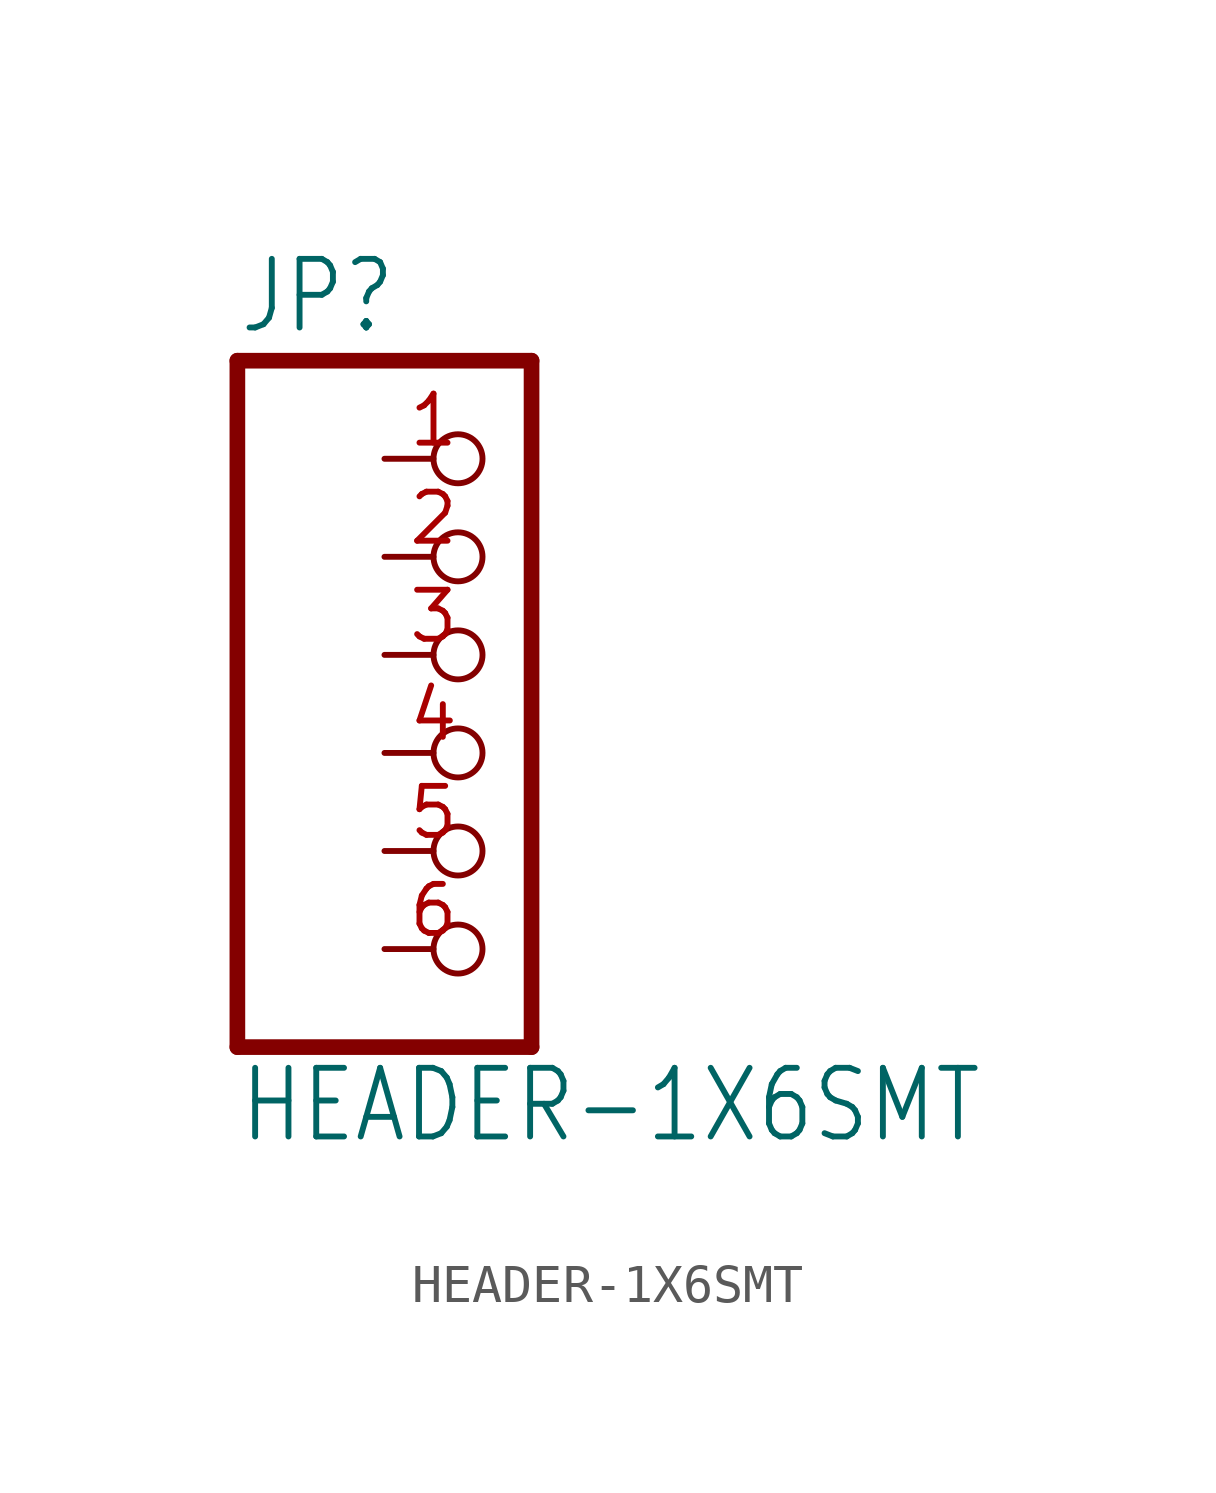
<source format=kicad_sym>
(kicad_symbol_lib
  (version 20211014)
  (generator kicad_symbol_editor)
  (symbol "HEADER-1X6SMT"
    (property "Reference" "JP"
      (at -6.35 10.795 0)
      (effects (font (size 1.778 1.511)) (justify left bottom)))
    (property "Value" "HEADER-1X6SMT"
      (at -6.35 -10.16 0)
      (effects (font (size 1.778 1.511)) (justify left bottom)))
    (property "ki_locked" ""
      (at 0 0 0)
      (effects (font (size 1.27 1.27))))
    (symbol "HEADER-1X6SMT_1_0"
      (polyline (pts (xy -6.35 -7.62) (xy 1.27 -7.62)) (stroke (width 0.406) (type default) (color 0 0 0 0)) (fill (type none)))
      (polyline (pts (xy -6.35 10.16) (xy -6.35 -7.62)) (stroke (width 0.406) (type default) (color 0 0 0 0)) (fill (type none)))
      (polyline (pts (xy 1.27 -7.62) (xy 1.27 10.16)) (stroke (width 0.406) (type default) (color 0 0 0 0)) (fill (type none)))
      (polyline (pts (xy 1.27 10.16) (xy -6.35 10.16)) (stroke (width 0.406) (type default) (color 0 0 0 0)) (fill (type none)))
      (pin passive inverted (at -2.54 7.62 0) (length 2.54) (name "1" (effects (font (size 0 0)))) (number "1" (effects (font (size 1.27 1.27)))))
      (pin passive inverted (at -2.54 5.08 0) (length 2.54) (name "2" (effects (font (size 0 0)))) (number "2" (effects (font (size 1.27 1.27)))))
      (pin passive inverted (at -2.54 2.54 0) (length 2.54) (name "3" (effects (font (size 0 0)))) (number "3" (effects (font (size 1.27 1.27)))))
      (pin passive inverted (at -2.54 0 0) (length 2.54) (name "4" (effects (font (size 0 0)))) (number "4" (effects (font (size 1.27 1.27)))))
      (pin passive inverted (at -2.54 -2.54 0) (length 2.54) (name "5" (effects (font (size 0 0)))) (number "5" (effects (font (size 1.27 1.27)))))
      (pin passive inverted (at -2.54 -5.08 0) (length 2.54) (name "6" (effects (font (size 0 0)))) (number "6" (effects (font (size 1.27 1.27))))))))
</source>
